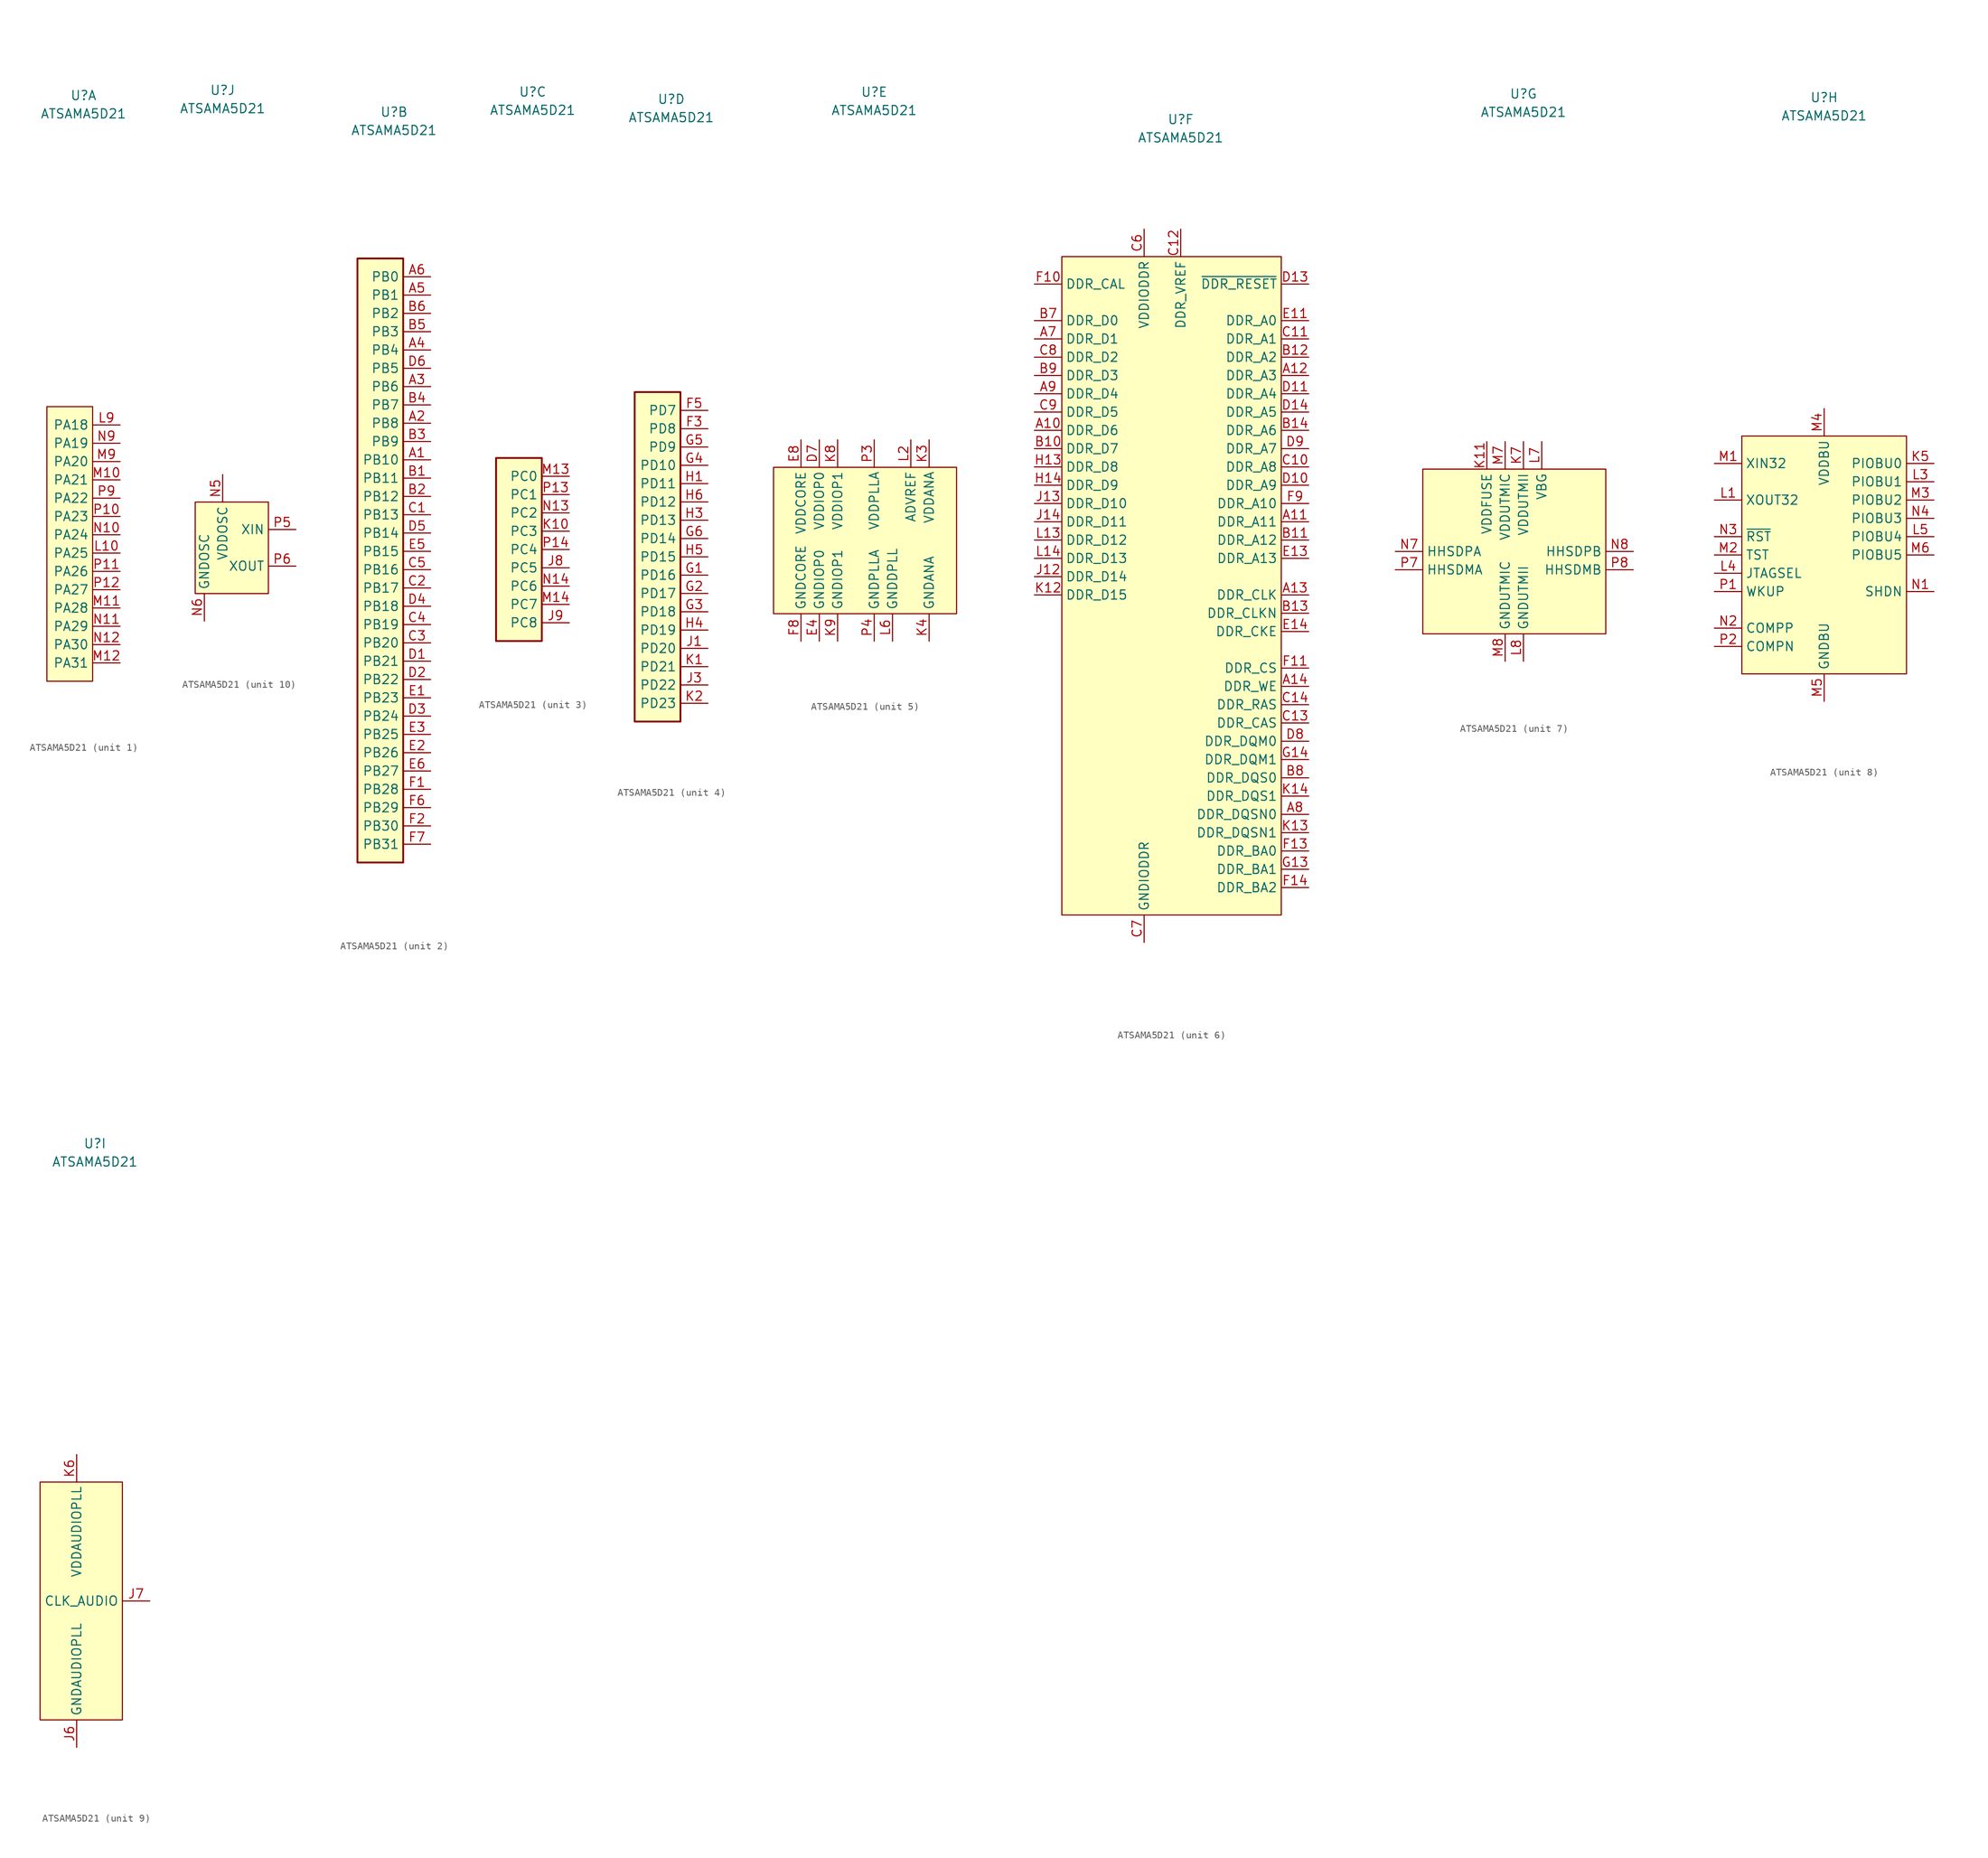
<source format=kicad_sym>
(kicad_symbol_lib
  (version 20241209)
  (generator "kicad_symbol_editor")
  (generator_version "9.0")
  (symbol "ATSAMA5D21"
    (property "Reference" "U"
      (at 0 63.5 0)
      (effects (font (size 1.27 1.27))))
    (property "Value" "ATSAMA5D21"
      (at 0 60.96 0)
      (effects (font (size 1.27 1.27))))
    (property "ki_locked" ""
      (at 0 0 0)
      (effects (font (size 1.27 1.27))))
    (symbol "ATSAMA5D21_1_1"
      (rectangle (start 1.27 20.32) (end -5.08 -17.78) (stroke (width 0) (type default)) (fill (type background)))
      (pin bidirectional line (at 5.08 17.78 180) (length 3.81) (name "PA18" (effects (font (size 1.27 1.27)))) (number "L9" (effects (font (size 1.27 1.27)))))
      (pin bidirectional line (at 5.08 15.24 180) (length 3.81) (name "PA19" (effects (font (size 1.27 1.27)))) (number "N9" (effects (font (size 1.27 1.27)))))
      (pin bidirectional line (at 5.08 12.7 180) (length 3.81) (name "PA20" (effects (font (size 1.27 1.27)))) (number "M9" (effects (font (size 1.27 1.27)))))
      (pin bidirectional line (at 5.08 10.16 180) (length 3.81) (name "PA21" (effects (font (size 1.27 1.27)))) (number "M10" (effects (font (size 1.27 1.27)))))
      (pin bidirectional line (at 5.08 7.62 180) (length 3.81) (name "PA22" (effects (font (size 1.27 1.27)))) (number "P9" (effects (font (size 1.27 1.27)))))
      (pin bidirectional line (at 5.08 5.08 180) (length 3.81) (name "PA23" (effects (font (size 1.27 1.27)))) (number "P10" (effects (font (size 1.27 1.27)))))
      (pin bidirectional line (at 5.08 2.54 180) (length 3.81) (name "PA24" (effects (font (size 1.27 1.27)))) (number "N10" (effects (font (size 1.27 1.27)))))
      (pin bidirectional line (at 5.08 0 180) (length 3.81) (name "PA25" (effects (font (size 1.27 1.27)))) (number "L10" (effects (font (size 1.27 1.27)))))
      (pin bidirectional line (at 5.08 -2.54 180) (length 3.81) (name "PA26" (effects (font (size 1.27 1.27)))) (number "P11" (effects (font (size 1.27 1.27)))))
      (pin bidirectional line (at 5.08 -5.08 180) (length 3.81) (name "PA27" (effects (font (size 1.27 1.27)))) (number "P12" (effects (font (size 1.27 1.27)))))
      (pin bidirectional line (at 5.08 -7.62 180) (length 3.81) (name "PA28" (effects (font (size 1.27 1.27)))) (number "M11" (effects (font (size 1.27 1.27)))))
      (pin bidirectional line (at 5.08 -10.16 180) (length 3.81) (name "PA29" (effects (font (size 1.27 1.27)))) (number "N11" (effects (font (size 1.27 1.27)))))
      (pin bidirectional line (at 5.08 -12.7 180) (length 3.81) (name "PA30" (effects (font (size 1.27 1.27)))) (number "N12" (effects (font (size 1.27 1.27)))))
      (pin bidirectional line (at 5.08 -15.24 180) (length 3.81) (name "PA31" (effects (font (size 1.27 1.27)))) (number "M12" (effects (font (size 1.27 1.27))))))
    (symbol "ATSAMA5D21_2_1"
      (rectangle (start -5.08 43.18) (end 1.27 -40.64) (stroke (width 0.254) (type default)) (fill (type background)))
      (pin bidirectional line (at 5.08 40.64 180) (length 3.81) (name "PB0" (effects (font (size 1.27 1.27)))) (number "A6" (effects (font (size 1.27 1.27)))))
      (pin bidirectional line (at 5.08 38.1 180) (length 3.81) (name "PB1" (effects (font (size 1.27 1.27)))) (number "A5" (effects (font (size 1.27 1.27)))))
      (pin bidirectional line (at 5.08 35.56 180) (length 3.81) (name "PB2" (effects (font (size 1.27 1.27)))) (number "B6" (effects (font (size 1.27 1.27)))))
      (pin bidirectional line (at 5.08 33.02 180) (length 3.81) (name "PB3" (effects (font (size 1.27 1.27)))) (number "B5" (effects (font (size 1.27 1.27)))))
      (pin bidirectional line (at 5.08 30.48 180) (length 3.81) (name "PB4" (effects (font (size 1.27 1.27)))) (number "A4" (effects (font (size 1.27 1.27)))))
      (pin bidirectional line (at 5.08 27.94 180) (length 3.81) (name "PB5" (effects (font (size 1.27 1.27)))) (number "D6" (effects (font (size 1.27 1.27)))))
      (pin bidirectional line (at 5.08 25.4 180) (length 3.81) (name "PB6" (effects (font (size 1.27 1.27)))) (number "A3" (effects (font (size 1.27 1.27)))))
      (pin bidirectional line (at 5.08 22.86 180) (length 3.81) (name "PB7" (effects (font (size 1.27 1.27)))) (number "B4" (effects (font (size 1.27 1.27)))))
      (pin bidirectional line (at 5.08 20.32 180) (length 3.81) (name "PB8" (effects (font (size 1.27 1.27)))) (number "A2" (effects (font (size 1.27 1.27)))))
      (pin bidirectional line (at 5.08 17.78 180) (length 3.81) (name "PB9" (effects (font (size 1.27 1.27)))) (number "B3" (effects (font (size 1.27 1.27)))))
      (pin bidirectional line (at 5.08 15.24 180) (length 3.81) (name "PB10" (effects (font (size 1.27 1.27)))) (number "A1" (effects (font (size 1.27 1.27)))))
      (pin bidirectional line (at 5.08 12.7 180) (length 3.81) (name "PB11" (effects (font (size 1.27 1.27)))) (number "B1" (effects (font (size 1.27 1.27)))))
      (pin bidirectional line (at 5.08 10.16 180) (length 3.81) (name "PB12" (effects (font (size 1.27 1.27)))) (number "B2" (effects (font (size 1.27 1.27)))))
      (pin bidirectional line (at 5.08 7.62 180) (length 3.81) (name "PB13" (effects (font (size 1.27 1.27)))) (number "C1" (effects (font (size 1.27 1.27)))))
      (pin bidirectional line (at 5.08 5.08 180) (length 3.81) (name "PB14" (effects (font (size 1.27 1.27)))) (number "D5" (effects (font (size 1.27 1.27)))))
      (pin bidirectional line (at 5.08 2.54 180) (length 3.81) (name "PB15" (effects (font (size 1.27 1.27)))) (number "E5" (effects (font (size 1.27 1.27)))))
      (pin bidirectional line (at 5.08 0 180) (length 3.81) (name "PB16" (effects (font (size 1.27 1.27)))) (number "C5" (effects (font (size 1.27 1.27)))))
      (pin bidirectional line (at 5.08 -2.54 180) (length 3.81) (name "PB17" (effects (font (size 1.27 1.27)))) (number "C2" (effects (font (size 1.27 1.27)))))
      (pin bidirectional line (at 5.08 -5.08 180) (length 3.81) (name "PB18" (effects (font (size 1.27 1.27)))) (number "D4" (effects (font (size 1.27 1.27)))))
      (pin bidirectional line (at 5.08 -7.62 180) (length 3.81) (name "PB19" (effects (font (size 1.27 1.27)))) (number "C4" (effects (font (size 1.27 1.27)))))
      (pin bidirectional line (at 5.08 -10.16 180) (length 3.81) (name "PB20" (effects (font (size 1.27 1.27)))) (number "C3" (effects (font (size 1.27 1.27)))))
      (pin bidirectional line (at 5.08 -12.7 180) (length 3.81) (name "PB21" (effects (font (size 1.27 1.27)))) (number "D1" (effects (font (size 1.27 1.27)))))
      (pin bidirectional line (at 5.08 -15.24 180) (length 3.81) (name "PB22" (effects (font (size 1.27 1.27)))) (number "D2" (effects (font (size 1.27 1.27)))))
      (pin bidirectional line (at 5.08 -17.78 180) (length 3.81) (name "PB23" (effects (font (size 1.27 1.27)))) (number "E1" (effects (font (size 1.27 1.27)))))
      (pin bidirectional line (at 5.08 -20.32 180) (length 3.81) (name "PB24" (effects (font (size 1.27 1.27)))) (number "D3" (effects (font (size 1.27 1.27)))))
      (pin bidirectional line (at 5.08 -22.86 180) (length 3.81) (name "PB25" (effects (font (size 1.27 1.27)))) (number "E3" (effects (font (size 1.27 1.27)))))
      (pin bidirectional line (at 5.08 -25.4 180) (length 3.81) (name "PB26" (effects (font (size 1.27 1.27)))) (number "E2" (effects (font (size 1.27 1.27)))))
      (pin bidirectional line (at 5.08 -27.94 180) (length 3.81) (name "PB27" (effects (font (size 1.27 1.27)))) (number "E6" (effects (font (size 1.27 1.27)))))
      (pin bidirectional line (at 5.08 -30.48 180) (length 3.81) (name "PB28" (effects (font (size 1.27 1.27)))) (number "F1" (effects (font (size 1.27 1.27)))))
      (pin bidirectional line (at 5.08 -33.02 180) (length 3.81) (name "PB29" (effects (font (size 1.27 1.27)))) (number "F6" (effects (font (size 1.27 1.27)))))
      (pin bidirectional line (at 5.08 -35.56 180) (length 3.81) (name "PB30" (effects (font (size 1.27 1.27)))) (number "F2" (effects (font (size 1.27 1.27)))))
      (pin bidirectional line (at 5.08 -38.1 180) (length 3.81) (name "PB31" (effects (font (size 1.27 1.27)))) (number "F7" (effects (font (size 1.27 1.27))))))
    (symbol "ATSAMA5D21_3_1"
      (rectangle (start -5.08 -12.7) (end 1.27 12.7) (stroke (width 0.254) (type default)) (fill (type background)))
      (pin bidirectional line (at 5.08 10.16 180) (length 3.81) (name "PC0" (effects (font (size 1.27 1.27)))) (number "M13" (effects (font (size 1.27 1.27)))))
      (pin bidirectional line (at 5.08 7.62 180) (length 3.81) (name "PC1" (effects (font (size 1.27 1.27)))) (number "P13" (effects (font (size 1.27 1.27)))))
      (pin bidirectional line (at 5.08 5.08 180) (length 3.81) (name "PC2" (effects (font (size 1.27 1.27)))) (number "N13" (effects (font (size 1.27 1.27)))))
      (pin bidirectional line (at 5.08 2.54 180) (length 3.81) (name "PC3" (effects (font (size 1.27 1.27)))) (number "K10" (effects (font (size 1.27 1.27)))))
      (pin bidirectional line (at 5.08 0 180) (length 3.81) (name "PC4" (effects (font (size 1.27 1.27)))) (number "P14" (effects (font (size 1.27 1.27)))))
      (pin bidirectional line (at 5.08 -2.54 180) (length 3.81) (name "PC5" (effects (font (size 1.27 1.27)))) (number "J8" (effects (font (size 1.27 1.27)))))
      (pin bidirectional line (at 5.08 -5.08 180) (length 3.81) (name "PC6" (effects (font (size 1.27 1.27)))) (number "N14" (effects (font (size 1.27 1.27)))))
      (pin bidirectional line (at 5.08 -7.62 180) (length 3.81) (name "PC7" (effects (font (size 1.27 1.27)))) (number "M14" (effects (font (size 1.27 1.27)))))
      (pin bidirectional line (at 5.08 -10.16 180) (length 3.81) (name "PC8" (effects (font (size 1.27 1.27)))) (number "J9" (effects (font (size 1.27 1.27))))))
    (symbol "ATSAMA5D21_4_1"
      (rectangle (start -5.08 22.86) (end 1.27 -22.86) (stroke (width 0.254) (type default)) (fill (type background)))
      (pin bidirectional line (at 5.08 20.32 180) (length 3.81) (name "PD7" (effects (font (size 1.27 1.27)))) (number "F5" (effects (font (size 1.27 1.27)))))
      (pin bidirectional line (at 5.08 17.78 180) (length 3.81) (name "PD8" (effects (font (size 1.27 1.27)))) (number "F3" (effects (font (size 1.27 1.27)))))
      (pin bidirectional line (at 5.08 15.24 180) (length 3.81) (name "PD9" (effects (font (size 1.27 1.27)))) (number "G5" (effects (font (size 1.27 1.27)))))
      (pin bidirectional line (at 5.08 12.7 180) (length 3.81) (name "PD10" (effects (font (size 1.27 1.27)))) (number "G4" (effects (font (size 1.27 1.27)))))
      (pin bidirectional line (at 5.08 10.16 180) (length 3.81) (name "PD11" (effects (font (size 1.27 1.27)))) (number "H1" (effects (font (size 1.27 1.27)))))
      (pin bidirectional line (at 5.08 7.62 180) (length 3.81) (name "PD12" (effects (font (size 1.27 1.27)))) (number "H6" (effects (font (size 1.27 1.27)))))
      (pin bidirectional line (at 5.08 5.08 180) (length 3.81) (name "PD13" (effects (font (size 1.27 1.27)))) (number "H3" (effects (font (size 1.27 1.27)))))
      (pin bidirectional line (at 5.08 2.54 180) (length 3.81) (name "PD14" (effects (font (size 1.27 1.27)))) (number "G6" (effects (font (size 1.27 1.27)))))
      (pin bidirectional line (at 5.08 0 180) (length 3.81) (name "PD15" (effects (font (size 1.27 1.27)))) (number "H5" (effects (font (size 1.27 1.27)))))
      (pin bidirectional line (at 5.08 -2.54 180) (length 3.81) (name "PD16" (effects (font (size 1.27 1.27)))) (number "G1" (effects (font (size 1.27 1.27)))))
      (pin bidirectional line (at 5.08 -5.08 180) (length 3.81) (name "PD17" (effects (font (size 1.27 1.27)))) (number "G2" (effects (font (size 1.27 1.27)))))
      (pin bidirectional line (at 5.08 -7.62 180) (length 3.81) (name "PD18" (effects (font (size 1.27 1.27)))) (number "G3" (effects (font (size 1.27 1.27)))))
      (pin bidirectional line (at 5.08 -10.16 180) (length 3.81) (name "PD19" (effects (font (size 1.27 1.27)))) (number "H4" (effects (font (size 1.27 1.27)))))
      (pin bidirectional line (at 5.08 -12.7 180) (length 3.81) (name "PD20" (effects (font (size 1.27 1.27)))) (number "J1" (effects (font (size 1.27 1.27)))))
      (pin bidirectional line (at 5.08 -15.24 180) (length 3.81) (name "PD21" (effects (font (size 1.27 1.27)))) (number "K1" (effects (font (size 1.27 1.27)))))
      (pin bidirectional line (at 5.08 -17.78 180) (length 3.81) (name "PD22" (effects (font (size 1.27 1.27)))) (number "J3" (effects (font (size 1.27 1.27)))))
      (pin bidirectional line (at 5.08 -20.32 180) (length 3.81) (name "PD23" (effects (font (size 1.27 1.27)))) (number "K2" (effects (font (size 1.27 1.27))))))
    (symbol "ATSAMA5D21_5_1"
      (rectangle (start -13.97 11.43) (end 11.43 -8.89) (stroke (width 0) (type default)) (fill (type background)))
      (pin power_in line (at -10.16 15.24 270) (length 3.81) (name "VDDCORE" (effects (font (size 1.27 1.27)))) (number "E8" (effects (font (size 1.27 1.27)))))
      (pin passive line (at -10.16 15.24 270) (length 3.81) (hide yes) (name "VDDCORE" (effects (font (size 1.27 1.27)))) (number "G8" (effects (font (size 1.27 1.27)))))
      (pin passive line (at -10.16 15.24 270) (length 3.81) (hide yes) (name "VDDCORE" (effects (font (size 1.27 1.27)))) (number "H8" (effects (font (size 1.27 1.27)))))
      (pin passive line (at -10.16 15.24 270) (length 3.81) (hide yes) (name "VDDCORE" (effects (font (size 1.27 1.27)))) (number "H9" (effects (font (size 1.27 1.27)))))
      (pin passive line (at -10.16 15.24 270) (length 3.81) (hide yes) (name "VDDCORE" (effects (font (size 1.27 1.27)))) (number "J5" (effects (font (size 1.27 1.27)))))
      (pin power_in line (at -10.16 -12.7 90) (length 3.81) (name "GNDCORE" (effects (font (size 1.27 1.27)))) (number "F8" (effects (font (size 1.27 1.27)))))
      (pin passive line (at -10.16 -12.7 90) (length 3.81) (hide yes) (name "GNDCORE" (effects (font (size 1.27 1.27)))) (number "G7" (effects (font (size 1.27 1.27)))))
      (pin passive line (at -10.16 -12.7 90) (length 3.81) (hide yes) (name "GNDCORE" (effects (font (size 1.27 1.27)))) (number "G9" (effects (font (size 1.27 1.27)))))
      (pin passive line (at -10.16 -12.7 90) (length 3.81) (hide yes) (name "GNDCORE" (effects (font (size 1.27 1.27)))) (number "H7" (effects (font (size 1.27 1.27)))))
      (pin passive line (at -10.16 -12.7 90) (length 3.81) (hide yes) (name "GNDCORE" (effects (font (size 1.27 1.27)))) (number "J4" (effects (font (size 1.27 1.27)))))
      (pin power_in line (at -7.62 15.24 270) (length 3.81) (name "VDDIOP0" (effects (font (size 1.27 1.27)))) (number "D7" (effects (font (size 1.27 1.27)))))
      (pin passive line (at -7.62 15.24 270) (length 3.81) (hide yes) (name "VDDIOP0" (effects (font (size 1.27 1.27)))) (number "F4" (effects (font (size 1.27 1.27)))))
      (pin power_in line (at -7.62 -12.7 90) (length 3.81) (name "GNDIOP0" (effects (font (size 1.27 1.27)))) (number "E4" (effects (font (size 1.27 1.27)))))
      (pin passive line (at -7.62 -12.7 90) (length 3.81) (hide yes) (name "GNDIOP0" (effects (font (size 1.27 1.27)))) (number "E7" (effects (font (size 1.27 1.27)))))
      (pin power_in line (at -5.08 15.24 270) (length 3.81) (name "VDDIOP1" (effects (font (size 1.27 1.27)))) (number "K8" (effects (font (size 1.27 1.27)))))
      (pin passive line (at -5.08 15.24 270) (length 3.81) (hide yes) (name "VDDIOP1" (effects (font (size 1.27 1.27)))) (number "L11" (effects (font (size 1.27 1.27)))))
      (pin power_in line (at -5.08 -12.7 90) (length 3.81) (name "GNDIOP1" (effects (font (size 1.27 1.27)))) (number "K9" (effects (font (size 1.27 1.27)))))
      (pin passive line (at -5.08 -12.7 90) (length 3.81) (hide yes) (name "GNDIOP1" (effects (font (size 1.27 1.27)))) (number "L12" (effects (font (size 1.27 1.27)))))
      (pin power_in line (at 0 15.24 270) (length 3.81) (name "VDDPLLA" (effects (font (size 1.27 1.27)))) (number "P3" (effects (font (size 1.27 1.27)))))
      (pin power_in line (at 0 -12.7 90) (length 3.81) (name "GNDPLLA" (effects (font (size 1.27 1.27)))) (number "P4" (effects (font (size 1.27 1.27)))))
      (pin power_in line (at 2.54 -12.7 90) (length 3.81) (name "GNDDPLL" (effects (font (size 1.27 1.27)))) (number "L6" (effects (font (size 1.27 1.27)))))
      (pin power_in line (at 5.08 15.24 270) (length 3.81) (name "ADVREF" (effects (font (size 1.27 1.27)))) (number "L2" (effects (font (size 1.27 1.27)))))
      (pin passive line (at 7.62 15.24 270) (length 3.81) (hide yes) (name "VDDANA" (effects (font (size 1.27 1.27)))) (number "H2" (effects (font (size 1.27 1.27)))))
      (pin power_in line (at 7.62 15.24 270) (length 3.81) (name "VDDANA" (effects (font (size 1.27 1.27)))) (number "K3" (effects (font (size 1.27 1.27)))))
      (pin passive line (at 7.62 -12.7 90) (length 3.81) (hide yes) (name "GNDANA" (effects (font (size 1.27 1.27)))) (number "J2" (effects (font (size 1.27 1.27)))))
      (pin power_in line (at 7.62 -12.7 90) (length 3.81) (name "GNDANA" (effects (font (size 1.27 1.27)))) (number "K4" (effects (font (size 1.27 1.27))))))
    (symbol "ATSAMA5D21_6_1"
      (rectangle (start -16.51 44.45) (end 13.97 -46.99) (stroke (width 0) (type default)) (fill (type background)))
      (pin input line (at -20.32 40.64 0) (length 3.81) (name "DDR_CAL" (effects (font (size 1.27 1.27)))) (number "F10" (effects (font (size 1.27 1.27)))))
      (pin bidirectional line (at -20.32 35.56 0) (length 3.81) (name "DDR_D0" (effects (font (size 1.27 1.27)))) (number "B7" (effects (font (size 1.27 1.27)))))
      (pin bidirectional line (at -20.32 33.02 0) (length 3.81) (name "DDR_D1" (effects (font (size 1.27 1.27)))) (number "A7" (effects (font (size 1.27 1.27)))))
      (pin bidirectional line (at -20.32 30.48 0) (length 3.81) (name "DDR_D2" (effects (font (size 1.27 1.27)))) (number "C8" (effects (font (size 1.27 1.27)))))
      (pin bidirectional line (at -20.32 27.94 0) (length 3.81) (name "DDR_D3" (effects (font (size 1.27 1.27)))) (number "B9" (effects (font (size 1.27 1.27)))))
      (pin bidirectional line (at -20.32 25.4 0) (length 3.81) (name "DDR_D4" (effects (font (size 1.27 1.27)))) (number "A9" (effects (font (size 1.27 1.27)))))
      (pin bidirectional line (at -20.32 22.86 0) (length 3.81) (name "DDR_D5" (effects (font (size 1.27 1.27)))) (number "C9" (effects (font (size 1.27 1.27)))))
      (pin bidirectional line (at -20.32 20.32 0) (length 3.81) (name "DDR_D6" (effects (font (size 1.27 1.27)))) (number "A10" (effects (font (size 1.27 1.27)))))
      (pin bidirectional line (at -20.32 17.78 0) (length 3.81) (name "DDR_D7" (effects (font (size 1.27 1.27)))) (number "B10" (effects (font (size 1.27 1.27)))))
      (pin bidirectional line (at -20.32 15.24 0) (length 3.81) (name "DDR_D8" (effects (font (size 1.27 1.27)))) (number "H13" (effects (font (size 1.27 1.27)))))
      (pin bidirectional line (at -20.32 12.7 0) (length 3.81) (name "DDR_D9" (effects (font (size 1.27 1.27)))) (number "H14" (effects (font (size 1.27 1.27)))))
      (pin bidirectional line (at -20.32 10.16 0) (length 3.81) (name "DDR_D10" (effects (font (size 1.27 1.27)))) (number "J13" (effects (font (size 1.27 1.27)))))
      (pin bidirectional line (at -20.32 7.62 0) (length 3.81) (name "DDR_D11" (effects (font (size 1.27 1.27)))) (number "J14" (effects (font (size 1.27 1.27)))))
      (pin bidirectional line (at -20.32 5.08 0) (length 3.81) (name "DDR_D12" (effects (font (size 1.27 1.27)))) (number "L13" (effects (font (size 1.27 1.27)))))
      (pin bidirectional line (at -20.32 2.54 0) (length 3.81) (name "DDR_D13" (effects (font (size 1.27 1.27)))) (number "L14" (effects (font (size 1.27 1.27)))))
      (pin bidirectional line (at -20.32 0 0) (length 3.81) (name "DDR_D14" (effects (font (size 1.27 1.27)))) (number "J12" (effects (font (size 1.27 1.27)))))
      (pin bidirectional line (at -20.32 -2.54 0) (length 3.81) (name "DDR_D15" (effects (font (size 1.27 1.27)))) (number "K12" (effects (font (size 1.27 1.27)))))
      (pin power_in line (at -5.08 48.26 270) (length 3.81) (name "VDDIODDR" (effects (font (size 1.27 1.27)))) (number "C6" (effects (font (size 1.27 1.27)))))
      (pin passive line (at -5.08 48.26 270) (length 3.81) (hide yes) (name "VDDIODDR" (effects (font (size 1.27 1.27)))) (number "E10" (effects (font (size 1.27 1.27)))))
      (pin passive line (at -5.08 48.26 270) (length 3.81) (hide yes) (name "VDDIODDR" (effects (font (size 1.27 1.27)))) (number "E12" (effects (font (size 1.27 1.27)))))
      (pin passive line (at -5.08 48.26 270) (length 3.81) (hide yes) (name "VDDIODDR" (effects (font (size 1.27 1.27)))) (number "G10" (effects (font (size 1.27 1.27)))))
      (pin passive line (at -5.08 48.26 270) (length 3.81) (hide yes) (name "VDDIODDR" (effects (font (size 1.27 1.27)))) (number "G12" (effects (font (size 1.27 1.27)))))
      (pin passive line (at -5.08 48.26 270) (length 3.81) (hide yes) (name "VDDIODDR" (effects (font (size 1.27 1.27)))) (number "H11" (effects (font (size 1.27 1.27)))))
      (pin passive line (at -5.08 48.26 270) (length 3.81) (hide yes) (name "VDDIODDR" (effects (font (size 1.27 1.27)))) (number "J10" (effects (font (size 1.27 1.27)))))
      (pin power_in line (at -5.08 -50.8 90) (length 3.81) (name "GNDIODDR" (effects (font (size 1.27 1.27)))) (number "C7" (effects (font (size 1.27 1.27)))))
      (pin passive line (at -5.08 -50.8 90) (length 3.81) (hide yes) (name "GNDIODDR" (effects (font (size 1.27 1.27)))) (number "D12" (effects (font (size 1.27 1.27)))))
      (pin passive line (at -5.08 -50.8 90) (length 3.81) (hide yes) (name "GNDIODDR" (effects (font (size 1.27 1.27)))) (number "E9" (effects (font (size 1.27 1.27)))))
      (pin passive line (at -5.08 -50.8 90) (length 3.81) (hide yes) (name "GNDIODDR" (effects (font (size 1.27 1.27)))) (number "F12" (effects (font (size 1.27 1.27)))))
      (pin passive line (at -5.08 -50.8 90) (length 3.81) (hide yes) (name "GNDIODDR" (effects (font (size 1.27 1.27)))) (number "G11" (effects (font (size 1.27 1.27)))))
      (pin passive line (at -5.08 -50.8 90) (length 3.81) (hide yes) (name "GNDIODDR" (effects (font (size 1.27 1.27)))) (number "H10" (effects (font (size 1.27 1.27)))))
      (pin passive line (at -5.08 -50.8 90) (length 3.81) (hide yes) (name "GNDIODDR" (effects (font (size 1.27 1.27)))) (number "J11" (effects (font (size 1.27 1.27)))))
      (pin power_in line (at 0 48.26 270) (length 3.81) (name "DDR_VREF" (effects (font (size 1.27 1.27)))) (number "C12" (effects (font (size 1.27 1.27)))))
      (pin passive line (at 0 48.26 270) (length 3.81) (hide yes) (name "DDR_VREF" (effects (font (size 1.27 1.27)))) (number "H12" (effects (font (size 1.27 1.27)))))
      (pin output line (at 17.78 40.64 180) (length 3.81) (name "~{DDR_RESET}" (effects (font (size 1.27 1.27)))) (number "D13" (effects (font (size 1.27 1.27)))))
      (pin output line (at 17.78 35.56 180) (length 3.81) (name "DDR_A0" (effects (font (size 1.27 1.27)))) (number "E11" (effects (font (size 1.27 1.27)))))
      (pin output line (at 17.78 33.02 180) (length 3.81) (name "DDR_A1" (effects (font (size 1.27 1.27)))) (number "C11" (effects (font (size 1.27 1.27)))))
      (pin output line (at 17.78 30.48 180) (length 3.81) (name "DDR_A2" (effects (font (size 1.27 1.27)))) (number "B12" (effects (font (size 1.27 1.27)))))
      (pin output line (at 17.78 27.94 180) (length 3.81) (name "DDR_A3" (effects (font (size 1.27 1.27)))) (number "A12" (effects (font (size 1.27 1.27)))))
      (pin output line (at 17.78 25.4 180) (length 3.81) (name "DDR_A4" (effects (font (size 1.27 1.27)))) (number "D11" (effects (font (size 1.27 1.27)))))
      (pin output line (at 17.78 22.86 180) (length 3.81) (name "DDR_A5" (effects (font (size 1.27 1.27)))) (number "D14" (effects (font (size 1.27 1.27)))))
      (pin output line (at 17.78 20.32 180) (length 3.81) (name "DDR_A6" (effects (font (size 1.27 1.27)))) (number "B14" (effects (font (size 1.27 1.27)))))
      (pin output line (at 17.78 17.78 180) (length 3.81) (name "DDR_A7" (effects (font (size 1.27 1.27)))) (number "D9" (effects (font (size 1.27 1.27)))))
      (pin output line (at 17.78 15.24 180) (length 3.81) (name "DDR_A8" (effects (font (size 1.27 1.27)))) (number "C10" (effects (font (size 1.27 1.27)))))
      (pin output line (at 17.78 12.7 180) (length 3.81) (name "DDR_A9" (effects (font (size 1.27 1.27)))) (number "D10" (effects (font (size 1.27 1.27)))))
      (pin output line (at 17.78 10.16 180) (length 3.81) (name "DDR_A10" (effects (font (size 1.27 1.27)))) (number "F9" (effects (font (size 1.27 1.27)))))
      (pin output line (at 17.78 7.62 180) (length 3.81) (name "DDR_A11" (effects (font (size 1.27 1.27)))) (number "A11" (effects (font (size 1.27 1.27)))))
      (pin output line (at 17.78 5.08 180) (length 3.81) (name "DDR_A12" (effects (font (size 1.27 1.27)))) (number "B11" (effects (font (size 1.27 1.27)))))
      (pin output line (at 17.78 2.54 180) (length 3.81) (name "DDR_A13" (effects (font (size 1.27 1.27)))) (number "E13" (effects (font (size 1.27 1.27)))))
      (pin output line (at 17.78 -2.54 180) (length 3.81) (name "DDR_CLK" (effects (font (size 1.27 1.27)))) (number "A13" (effects (font (size 1.27 1.27)))))
      (pin output line (at 17.78 -5.08 180) (length 3.81) (name "DDR_CLKN" (effects (font (size 1.27 1.27)))) (number "B13" (effects (font (size 1.27 1.27)))))
      (pin output line (at 17.78 -7.62 180) (length 3.81) (name "DDR_CKE" (effects (font (size 1.27 1.27)))) (number "E14" (effects (font (size 1.27 1.27)))))
      (pin output line (at 17.78 -12.7 180) (length 3.81) (name "DDR_CS" (effects (font (size 1.27 1.27)))) (number "F11" (effects (font (size 1.27 1.27)))))
      (pin output line (at 17.78 -15.24 180) (length 3.81) (name "DDR_WE" (effects (font (size 1.27 1.27)))) (number "A14" (effects (font (size 1.27 1.27)))))
      (pin output line (at 17.78 -17.78 180) (length 3.81) (name "DDR_RAS" (effects (font (size 1.27 1.27)))) (number "C14" (effects (font (size 1.27 1.27)))))
      (pin output line (at 17.78 -20.32 180) (length 3.81) (name "DDR_CAS" (effects (font (size 1.27 1.27)))) (number "C13" (effects (font (size 1.27 1.27)))))
      (pin output line (at 17.78 -22.86 180) (length 3.81) (name "DDR_DQM0" (effects (font (size 1.27 1.27)))) (number "D8" (effects (font (size 1.27 1.27)))))
      (pin output line (at 17.78 -25.4 180) (length 3.81) (name "DDR_DQM1" (effects (font (size 1.27 1.27)))) (number "G14" (effects (font (size 1.27 1.27)))))
      (pin output line (at 17.78 -27.94 180) (length 3.81) (name "DDR_DQS0" (effects (font (size 1.27 1.27)))) (number "B8" (effects (font (size 1.27 1.27)))))
      (pin output line (at 17.78 -30.48 180) (length 3.81) (name "DDR_DQS1" (effects (font (size 1.27 1.27)))) (number "K14" (effects (font (size 1.27 1.27)))))
      (pin output line (at 17.78 -33.02 180) (length 3.81) (name "DDR_DQSN0" (effects (font (size 1.27 1.27)))) (number "A8" (effects (font (size 1.27 1.27)))))
      (pin output line (at 17.78 -35.56 180) (length 3.81) (name "DDR_DQSN1" (effects (font (size 1.27 1.27)))) (number "K13" (effects (font (size 1.27 1.27)))))
      (pin output line (at 17.78 -38.1 180) (length 3.81) (name "DDR_BA0" (effects (font (size 1.27 1.27)))) (number "F13" (effects (font (size 1.27 1.27)))))
      (pin output line (at 17.78 -40.64 180) (length 3.81) (name "DDR_BA1" (effects (font (size 1.27 1.27)))) (number "G13" (effects (font (size 1.27 1.27)))))
      (pin output line (at 17.78 -43.18 180) (length 3.81) (name "DDR_BA2" (effects (font (size 1.27 1.27)))) (number "F14" (effects (font (size 1.27 1.27))))))
    (symbol "ATSAMA5D21_7_1"
      (rectangle (start -13.97 11.43) (end 11.43 -11.43) (stroke (width 0) (type default)) (fill (type background)))
      (pin bidirectional line (at -17.78 0 0) (length 3.81) (name "HHSDPA" (effects (font (size 1.27 1.27)))) (number "N7" (effects (font (size 1.27 1.27)))))
      (pin bidirectional line (at -17.78 -2.54 0) (length 3.81) (name "HHSDMA" (effects (font (size 1.27 1.27)))) (number "P7" (effects (font (size 1.27 1.27)))))
      (pin power_in line (at -5.08 15.24 270) (length 3.81) (name "VDDFUSE" (effects (font (size 1.27 1.27)))) (number "K11" (effects (font (size 1.27 1.27)))))
      (pin power_in line (at -2.54 15.24 270) (length 3.81) (name "VDDUTMIC" (effects (font (size 1.27 1.27)))) (number "M7" (effects (font (size 1.27 1.27)))))
      (pin power_in line (at -2.54 -15.24 90) (length 3.81) (name "GNDUTMIC" (effects (font (size 1.27 1.27)))) (number "M8" (effects (font (size 1.27 1.27)))))
      (pin power_in line (at 0 15.24 270) (length 3.81) (name "VDDUTMII" (effects (font (size 1.27 1.27)))) (number "K7" (effects (font (size 1.27 1.27)))))
      (pin power_in line (at 0 -15.24 90) (length 3.81) (name "GNDUTMII" (effects (font (size 1.27 1.27)))) (number "L8" (effects (font (size 1.27 1.27)))))
      (pin power_in line (at 2.54 15.24 270) (length 3.81) (name "VBG" (effects (font (size 1.27 1.27)))) (number "L7" (effects (font (size 1.27 1.27)))))
      (pin bidirectional line (at 15.24 0 180) (length 3.81) (name "HHSDPB" (effects (font (size 1.27 1.27)))) (number "N8" (effects (font (size 1.27 1.27)))))
      (pin bidirectional line (at 15.24 -2.54 180) (length 3.81) (name "HHSDMB" (effects (font (size 1.27 1.27)))) (number "P8" (effects (font (size 1.27 1.27))))))
    (symbol "ATSAMA5D21_8_1"
      (rectangle (start -11.43 16.51) (end 11.43 -16.51) (stroke (width 0) (type default)) (fill (type background)))
      (pin input line (at -15.24 12.7 0) (length 3.81) (name "XIN32" (effects (font (size 1.27 1.27)))) (number "M1" (effects (font (size 1.27 1.27)))))
      (pin output line (at -15.24 7.62 0) (length 3.81) (name "XOUT32" (effects (font (size 1.27 1.27)))) (number "L1" (effects (font (size 1.27 1.27)))))
      (pin input line (at -15.24 2.54 0) (length 3.81) (name "~{RST}" (effects (font (size 1.27 1.27)))) (number "N3" (effects (font (size 1.27 1.27)))))
      (pin input line (at -15.24 0 0) (length 3.81) (name "TST" (effects (font (size 1.27 1.27)))) (number "M2" (effects (font (size 1.27 1.27)))))
      (pin input line (at -15.24 -2.54 0) (length 3.81) (name "JTAGSEL" (effects (font (size 1.27 1.27)))) (number "L4" (effects (font (size 1.27 1.27)))))
      (pin input line (at -15.24 -5.08 0) (length 3.81) (name "WKUP" (effects (font (size 1.27 1.27)))) (number "P1" (effects (font (size 1.27 1.27)))))
      (pin input line (at -15.24 -10.16 0) (length 3.81) (name "COMPP" (effects (font (size 1.27 1.27)))) (number "N2" (effects (font (size 1.27 1.27)))))
      (pin input line (at -15.24 -12.7 0) (length 3.81) (name "COMPN" (effects (font (size 1.27 1.27)))) (number "P2" (effects (font (size 1.27 1.27)))))
      (pin power_in line (at 0 20.32 270) (length 3.81) (name "VDDBU" (effects (font (size 1.27 1.27)))) (number "M4" (effects (font (size 1.27 1.27)))))
      (pin power_in line (at 0 -20.32 90) (length 3.81) (name "GNDBU" (effects (font (size 1.27 1.27)))) (number "M5" (effects (font (size 1.27 1.27)))))
      (pin bidirectional line (at 15.24 12.7 180) (length 3.81) (name "PIOBU0" (effects (font (size 1.27 1.27)))) (number "K5" (effects (font (size 1.27 1.27)))))
      (pin bidirectional line (at 15.24 10.16 180) (length 3.81) (name "PIOBU1" (effects (font (size 1.27 1.27)))) (number "L3" (effects (font (size 1.27 1.27)))))
      (pin bidirectional line (at 15.24 7.62 180) (length 3.81) (name "PIOBU2" (effects (font (size 1.27 1.27)))) (number "M3" (effects (font (size 1.27 1.27)))))
      (pin bidirectional line (at 15.24 5.08 180) (length 3.81) (name "PIOBU3" (effects (font (size 1.27 1.27)))) (number "N4" (effects (font (size 1.27 1.27)))))
      (pin bidirectional line (at 15.24 2.54 180) (length 3.81) (name "PIOBU4" (effects (font (size 1.27 1.27)))) (number "L5" (effects (font (size 1.27 1.27)))))
      (pin bidirectional line (at 15.24 0 180) (length 3.81) (name "PIOBU5" (effects (font (size 1.27 1.27)))) (number "M6" (effects (font (size 1.27 1.27)))))
      (pin output line (at 15.24 -5.08 180) (length 3.81) (name "SHDN" (effects (font (size 1.27 1.27)))) (number "N1" (effects (font (size 1.27 1.27))))))
    (symbol "ATSAMA5D21_9_1"
      (rectangle (start -7.62 16.51) (end 3.81 -16.51) (stroke (width 0) (type default)) (fill (type background)))
      (pin power_in line (at -2.54 20.32 270) (length 3.81) (name "VDDAUDIOPLL" (effects (font (size 1.27 1.27)))) (number "K6" (effects (font (size 1.27 1.27)))))
      (pin power_in line (at -2.54 -20.32 90) (length 3.81) (name "GNDAUDIOPLL" (effects (font (size 1.27 1.27)))) (number "J6" (effects (font (size 1.27 1.27)))))
      (pin output line (at 7.62 0 180) (length 3.81) (name "CLK_AUDIO" (effects (font (size 1.27 1.27)))) (number "J7" (effects (font (size 1.27 1.27))))))
    (symbol "ATSAMA5D21_10_1"
      (rectangle (start -3.81 6.35) (end 6.35 -6.35) (stroke (width 0) (type default)) (fill (type background)))
      (pin power_in line (at -2.54 -10.16 90) (length 3.81) (name "GNDOSC" (effects (font (size 1.27 1.27)))) (number "N6" (effects (font (size 1.27 1.27)))))
      (pin power_in line (at 0 10.16 270) (length 3.81) (name "VDDOSC" (effects (font (size 1.27 1.27)))) (number "N5" (effects (font (size 1.27 1.27)))))
      (pin input line (at 10.16 2.54 180) (length 3.81) (name "XIN" (effects (font (size 1.27 1.27)))) (number "P5" (effects (font (size 1.27 1.27)))))
      (pin output line (at 10.16 -2.54 180) (length 3.81) (name "XOUT" (effects (font (size 1.27 1.27)))) (number "P6" (effects (font (size 1.27 1.27))))))))
</source>
